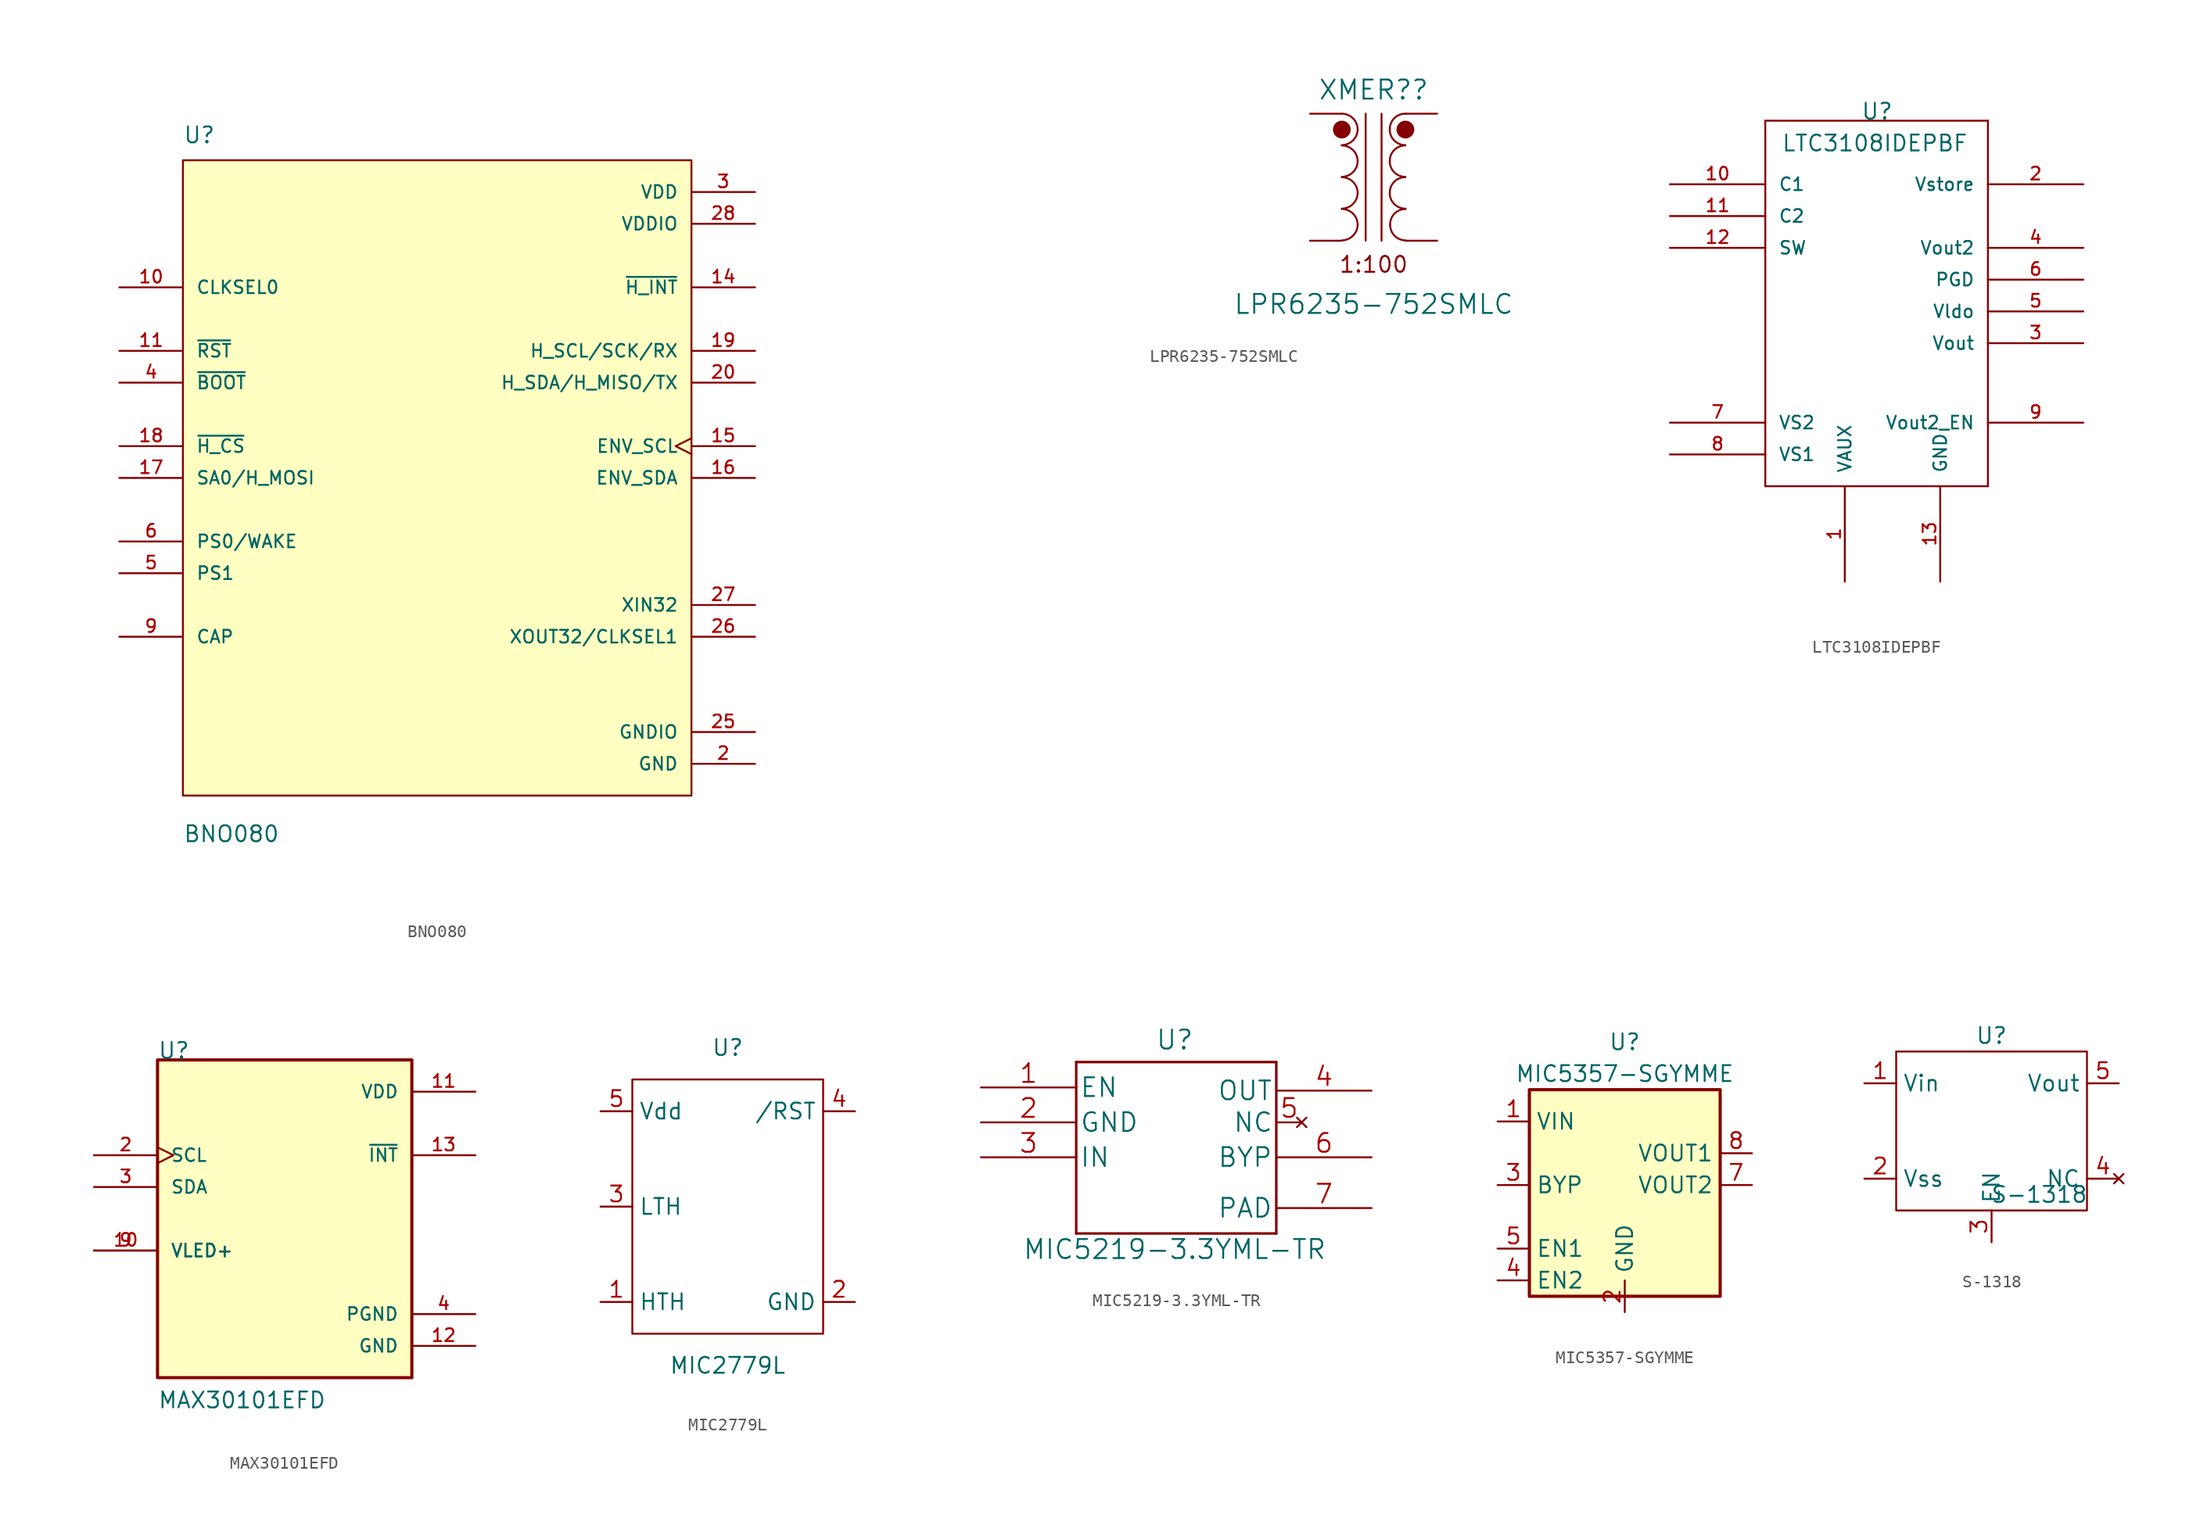
<source format=kicad_sym>
(kicad_symbol_lib
  (version 20211014)
  (generator kicad_symbol_editor)
  (symbol "BNO080"
    (pin_names
      (offset 1.016))
    (property "Reference" "U"
      (at -20.32 26.67 0)
      (effects (font (size 1.27 1.27)) (justify left bottom)))
    (property "Value" "BNO080"
      (at -20.32 -29.21 0)
      (effects (font (size 1.27 1.27)) (justify left bottom)))
    (symbol "BNO080_0_0"
      (rectangle (start -20.32 -25.4) (end 20.32 25.4) (stroke (width 0.152) (type default) (color 0 0 0 0)) (fill (type background)))
      (pin input line (at -25.4 15.24 0) (length 5.08) (name "CLKSEL0" (effects (font (size 1.016 1.016)))) (number "10" (effects (font (size 1.016 1.016)))))
      (pin input line (at -25.4 10.16 0) (length 5.08) (name "~{RST}" (effects (font (size 1.016 1.016)))) (number "11" (effects (font (size 1.016 1.016)))))
      (pin output line (at 25.4 15.24 180) (length 5.08) (name "~{H_INT}" (effects (font (size 1.016 1.016)))) (number "14" (effects (font (size 1.016 1.016)))))
      (pin bidirectional clock (at 25.4 2.54 180) (length 5.08) (name "ENV_SCL" (effects (font (size 1.016 1.016)))) (number "15" (effects (font (size 1.016 1.016)))))
      (pin bidirectional line (at 25.4 0 180) (length 5.08) (name "ENV_SDA" (effects (font (size 1.016 1.016)))) (number "16" (effects (font (size 1.016 1.016)))))
      (pin input line (at -25.4 0 0) (length 5.08) (name "SA0/H_MOSI" (effects (font (size 1.016 1.016)))) (number "17" (effects (font (size 1.016 1.016)))))
      (pin input line (at -25.4 2.54 0) (length 5.08) (name "~{H_CS}" (effects (font (size 1.016 1.016)))) (number "18" (effects (font (size 1.016 1.016)))))
      (pin bidirectional line (at 25.4 10.16 180) (length 5.08) (name "H_SCL/SCK/RX" (effects (font (size 1.016 1.016)))) (number "19" (effects (font (size 1.016 1.016)))))
      (pin power_in line (at 25.4 -22.86 180) (length 5.08) (name "GND" (effects (font (size 1.016 1.016)))) (number "2" (effects (font (size 1.016 1.016)))))
      (pin bidirectional line (at 25.4 7.62 180) (length 5.08) (name "H_SDA/H_MISO/TX" (effects (font (size 1.016 1.016)))) (number "20" (effects (font (size 1.016 1.016)))))
      (pin power_in line (at 25.4 -20.32 180) (length 5.08) (name "GNDIO" (effects (font (size 1.016 1.016)))) (number "25" (effects (font (size 1.016 1.016)))))
      (pin output line (at 25.4 -12.7 180) (length 5.08) (name "XOUT32/CLKSEL1" (effects (font (size 1.016 1.016)))) (number "26" (effects (font (size 1.016 1.016)))))
      (pin input line (at 25.4 -10.16 180) (length 5.08) (name "XIN32" (effects (font (size 1.016 1.016)))) (number "27" (effects (font (size 1.016 1.016)))))
      (pin power_in line (at 25.4 20.32 180) (length 5.08) (name "VDDIO" (effects (font (size 1.016 1.016)))) (number "28" (effects (font (size 1.016 1.016)))))
      (pin power_in line (at 25.4 22.86 180) (length 5.08) (name "VDD" (effects (font (size 1.016 1.016)))) (number "3" (effects (font (size 1.016 1.016)))))
      (pin input line (at -25.4 7.62 0) (length 5.08) (name "~{BOOT}" (effects (font (size 1.016 1.016)))) (number "4" (effects (font (size 1.016 1.016)))))
      (pin input line (at -25.4 -7.62 0) (length 5.08) (name "PS1" (effects (font (size 1.016 1.016)))) (number "5" (effects (font (size 1.016 1.016)))))
      (pin input line (at -25.4 -5.08 0) (length 5.08) (name "PS0/WAKE" (effects (font (size 1.016 1.016)))) (number "6" (effects (font (size 1.016 1.016)))))
      (pin passive line (at -25.4 -12.7 0) (length 5.08) (name "CAP" (effects (font (size 1.016 1.016)))) (number "9" (effects (font (size 1.016 1.016)))))))
  (symbol "LPR6235-752SMLC"
    (pin_numbers hide)
    (pin_names
      (offset 0) hide)
    (property "Reference" "XMER?"
      (at 0 6.985 0)
      (effects (font (size 1.524 1.524))))
    (property "Value" "LPR6235-752SMLC"
      (at 0 -10.16 0)
      (effects (font (size 1.524 1.524))))
    (property "Datasheet" ""
      (at -34.925 1.27 90)
      (effects (font (size 1.524 1.524))))
    (property "ki_locked" ""
      (at 0 0 0)
      (effects (font (size 1.27 1.27))))
    (symbol "LPR6235-752SMLC_0_0"
      (text "1:100" (at 0 -6.985 0) (effects (font (size 1.27 1.27)))))
    (symbol "LPR6235-752SMLC_0_1"
      (arc (start -2.54 -5.0546) (mid -1.6599 -4.6901) (end -1.27 -3.81) (stroke (width 0) (type default) (color 0 0 0 0)) (fill (type none)))
      (arc (start -2.54 -2.5146) (mid -1.6599 -2.1501) (end -1.27 -1.27) (stroke (width 0) (type default) (color 0 0 0 0)) (fill (type none)))
      (arc (start -2.54 0.0254) (mid -1.6599 0.3899) (end -1.27 1.27) (stroke (width 0) (type default) (color 0 0 0 0)) (fill (type none)))
      (arc (start -2.54 2.5654) (mid -1.6599 2.9299) (end -1.27 3.81) (stroke (width 0) (type default) (color 0 0 0 0)) (fill (type none)))
      (arc (start -1.27 -3.81) (mid -1.642 -2.912) (end -2.54 -2.54) (stroke (width 0) (type default) (color 0 0 0 0)) (fill (type none)))
      (arc (start -1.27 -1.27) (mid -1.642 -0.372) (end -2.54 0) (stroke (width 0) (type default) (color 0 0 0 0)) (fill (type none)))
      (arc (start -1.27 1.27) (mid -1.642 2.168) (end -2.54 2.54) (stroke (width 0) (type default) (color 0 0 0 0)) (fill (type none)))
      (arc (start -1.27 3.81) (mid -1.642 4.708) (end -2.54 5.08) (stroke (width 0) (type default) (color 0 0 0 0)) (fill (type none)))
      (polyline (pts (xy -0.635 5.08) (xy -0.635 -5.08)) (stroke (width 0) (type default) (color 0 0 0 0)) (fill (type none)))
      (polyline (pts (xy 0.635 -5.08) (xy 0.635 5.08)) (stroke (width 0) (type default) (color 0 0 0 0)) (fill (type none)))
      (arc (start 1.2954 -1.27) (mid 1.6599 -2.1501) (end 2.54 -2.5146) (stroke (width 0) (type default) (color 0 0 0 0)) (fill (type none)))
      (arc (start 1.2954 1.27) (mid 1.6599 0.3899) (end 2.54 0.0254) (stroke (width 0) (type default) (color 0 0 0 0)) (fill (type none)))
      (arc (start 1.2954 3.81) (mid 1.6599 2.9299) (end 2.54 2.5654) (stroke (width 0) (type default) (color 0 0 0 0)) (fill (type none)))
      (arc (start 1.3208 -3.81) (mid 1.6853 -4.6901) (end 2.5654 -5.0546) (stroke (width 0) (type default) (color 0 0 0 0)) (fill (type none)))
      (arc (start 2.54 0) (mid 1.642 -0.372) (end 1.2954 -1.27) (stroke (width 0) (type default) (color 0 0 0 0)) (fill (type none)))
      (arc (start 2.54 2.54) (mid 1.642 2.168) (end 1.2954 1.27) (stroke (width 0) (type default) (color 0 0 0 0)) (fill (type none)))
      (arc (start 2.54 5.08) (mid 1.642 4.708) (end 1.2954 3.81) (stroke (width 0) (type default) (color 0 0 0 0)) (fill (type none)))
      (arc (start 2.5654 -2.54) (mid 1.6674 -2.912) (end 1.3208 -3.81) (stroke (width 0) (type default) (color 0 0 0 0)) (fill (type none))))
    (symbol "LPR6235-752SMLC_1_1"
      (circle (center -2.54 3.81) (radius 0.635) (stroke (width 0) (type default) (color 0 0 0 0)) (fill (type outline)))
      (circle (center 2.54 3.81) (radius 0.635) (stroke (width 0) (type default) (color 0 0 0 0)) (fill (type outline)))
      (pin passive line (at -5.08 5.08 0) (length 2.54) (name "1" (effects (font (size 1.27 1.27)))) (number "1" (effects (font (size 1.27 1.27)))))
      (pin passive line (at -5.08 -5.08 0) (length 2.54) (name "2" (effects (font (size 1.27 1.27)))) (number "2" (effects (font (size 1.27 1.27)))))
      (pin passive line (at 5.08 -5.08 180) (length 2.54) (name "3" (effects (font (size 1.27 1.27)))) (number "3" (effects (font (size 1.27 1.27)))))
      (pin passive line (at 5.08 5.08 180) (length 2.54) (name "4" (effects (font (size 1.27 1.27)))) (number "4" (effects (font (size 1.27 1.27)))))))
  (symbol "LTC3108IDEPBF"
    (pin_names
      (offset 1.016))
    (property "Reference" "U"
      (at -1.27 12.7 0)
      (effects (font (size 1.27 1.27)) (justify left bottom)))
    (property "Value" "LTC3108IDEPBF"
      (at -7.62 10.16 0)
      (effects (font (size 1.27 1.27)) (justify left bottom)))
    (property "ki_locked" ""
      (at 0 0 0)
      (effects (font (size 1.27 1.27))))
    (symbol "LTC3108IDEPBF_0_0"
      (polyline (pts (xy -8.89 -16.51) (xy 8.89 -16.51)) (stroke (width 0.152) (type default) (color 0 0 0 0)) (fill (type none)))
      (polyline (pts (xy -8.89 12.7) (xy -8.89 -16.51)) (stroke (width 0.152) (type default) (color 0 0 0 0)) (fill (type none)))
      (polyline (pts (xy 8.89 -16.51) (xy 8.89 12.7)) (stroke (width 0.152) (type default) (color 0 0 0 0)) (fill (type none)))
      (polyline (pts (xy 8.89 12.7) (xy -8.89 12.7)) (stroke (width 0.152) (type default) (color 0 0 0 0)) (fill (type none)))
      (pin output line (at -2.54 -24.13 90) (length 7.62) (name "VAUX" (effects (font (size 1.016 1.016)))) (number "1" (effects (font (size 1.016 1.016)))))
      (pin output line (at -16.51 7.62 0) (length 7.62) (name "C1" (effects (font (size 1.016 1.016)))) (number "10" (effects (font (size 1.016 1.016)))))
      (pin output line (at -16.51 5.08 0) (length 7.62) (name "C2" (effects (font (size 1.016 1.016)))) (number "11" (effects (font (size 1.016 1.016)))))
      (pin output line (at -16.51 2.54 0) (length 7.62) (name "SW" (effects (font (size 1.016 1.016)))) (number "12" (effects (font (size 1.016 1.016)))))
      (pin output line (at 5.08 -24.13 90) (length 7.62) (name "GND" (effects (font (size 1.016 1.016)))) (number "13" (effects (font (size 1.016 1.016)))))
      (pin passive line (at 16.51 7.62 180) (length 7.62) (name "Vstore" (effects (font (size 1.016 1.016)))) (number "2" (effects (font (size 1.016 1.016)))))
      (pin output line (at 16.51 -5.08 180) (length 7.62) (name "Vout" (effects (font (size 1.016 1.016)))) (number "3" (effects (font (size 1.016 1.016)))))
      (pin passive line (at 16.51 2.54 180) (length 7.62) (name "Vout2" (effects (font (size 1.016 1.016)))) (number "4" (effects (font (size 1.016 1.016)))))
      (pin input line (at 16.51 -2.54 180) (length 7.62) (name "Vldo" (effects (font (size 1.016 1.016)))) (number "5" (effects (font (size 1.016 1.016)))))
      (pin input line (at 16.51 0 180) (length 7.62) (name "PGD" (effects (font (size 1.016 1.016)))) (number "6" (effects (font (size 1.016 1.016)))))
      (pin output line (at -16.51 -11.43 0) (length 7.62) (name "VS2" (effects (font (size 1.016 1.016)))) (number "7" (effects (font (size 1.016 1.016)))))
      (pin output line (at -16.51 -13.97 0) (length 7.62) (name "VS1" (effects (font (size 1.016 1.016)))) (number "8" (effects (font (size 1.016 1.016)))))
      (pin output line (at 16.51 -11.43 180) (length 7.62) (name "Vout2_EN" (effects (font (size 1.016 1.016)))) (number "9" (effects (font (size 1.016 1.016)))))))
  (symbol "MAX30101EFD"
    (pin_names
      (offset 1.016))
    (property "Reference" "U"
      (at -10.16 12.7 0)
      (effects (font (size 1.27 1.27)) (justify left bottom)))
    (property "Value" "MAX30101EFD"
      (at -10.16 -15.24 0)
      (effects (font (size 1.27 1.27)) (justify left bottom)))
    (property "ki_locked" ""
      (at 0 0 0)
      (effects (font (size 1.27 1.27))))
    (symbol "MAX30101EFD_0_0"
      (rectangle (start -10.16 -12.7) (end 10.16 12.7) (stroke (width 0.254) (type default) (color 0 0 0 0)) (fill (type background)))
      (pin passive line (at -15.24 -2.54 0) (length 5.08) (name "VLED+" (effects (font (size 1.016 1.016)))) (number "10" (effects (font (size 1.016 1.016)))))
      (pin power_in line (at 15.24 10.16 180) (length 5.08) (name "VDD" (effects (font (size 1.016 1.016)))) (number "11" (effects (font (size 1.016 1.016)))))
      (pin power_in line (at 15.24 -10.16 180) (length 5.08) (name "GND" (effects (font (size 1.016 1.016)))) (number "12" (effects (font (size 1.016 1.016)))))
      (pin output line (at 15.24 5.08 180) (length 5.08) (name "~{INT}" (effects (font (size 1.016 1.016)))) (number "13" (effects (font (size 1.016 1.016)))))
      (pin input clock (at -15.24 5.08 0) (length 5.08) (name "SCL" (effects (font (size 1.016 1.016)))) (number "2" (effects (font (size 1.016 1.016)))))
      (pin bidirectional line (at -15.24 2.54 0) (length 5.08) (name "SDA" (effects (font (size 1.016 1.016)))) (number "3" (effects (font (size 1.016 1.016)))))
      (pin power_in line (at 15.24 -7.62 180) (length 5.08) (name "PGND" (effects (font (size 1.016 1.016)))) (number "4" (effects (font (size 1.016 1.016)))))
      (pin passive line (at -15.24 -2.54 0) (length 5.08) (name "VLED+" (effects (font (size 1.016 1.016)))) (number "9" (effects (font (size 1.016 1.016)))))))
  (symbol "MIC2779L"
    (property "Reference" "U"
      (at 0 12.7 0)
      (effects (font (size 1.27 1.27))))
    (property "Value" "MIC2779L"
      (at 0 -12.7 0)
      (effects (font (size 1.27 1.27))))
    (symbol "MIC2779L_0_1"
      (rectangle (start -7.62 10.16) (end 7.62 -10.16) (stroke (width 0) (type default) (color 0 0 0 0)) (fill (type none))))
    (symbol "MIC2779L_1_1"
      (pin input line (at -10.16 -7.62 0) (length 2.54) (name "HTH" (effects (font (size 1.27 1.27)))) (number "1" (effects (font (size 1.27 1.27)))))
      (pin power_in line (at 10.16 -7.62 180) (length 2.54) (name "GND" (effects (font (size 1.27 1.27)))) (number "2" (effects (font (size 1.27 1.27)))))
      (pin input line (at -10.16 0 0) (length 2.54) (name "LTH" (effects (font (size 1.27 1.27)))) (number "3" (effects (font (size 1.27 1.27)))))
      (pin output line (at 10.16 7.62 180) (length 2.54) (name "/RST" (effects (font (size 1.27 1.27)))) (number "4" (effects (font (size 1.27 1.27)))))
      (pin power_in line (at -10.16 7.62 0) (length 2.54) (name "Vdd" (effects (font (size 1.27 1.27)))) (number "5" (effects (font (size 1.27 1.27)))))))
  (symbol "MIC5219-3.3YML-TR"
    (pin_names
      (offset 0.254))
    (property "Reference" "U"
      (at 0 9.398 0)
      (effects (font (size 1.524 1.524))))
    (property "Value" "MIC5219-3.3YML-TR"
      (at 0 -7.366 0)
      (effects (font (size 1.524 1.524))))
    (property "Datasheet" ""
      (at -15.494 2.54 0)
      (effects (font (size 1.524 1.524))))
    (symbol "MIC5219-3.3YML-TR_1_1"
      (polyline (pts (xy -7.874 -6.096) (xy 8.128 -6.096)) (stroke (width 0.203) (type default) (color 0 0 0 0)) (fill (type none)))
      (polyline (pts (xy -7.874 7.62) (xy -7.874 -6.096)) (stroke (width 0.203) (type default) (color 0 0 0 0)) (fill (type none)))
      (polyline (pts (xy 8.128 -6.096) (xy 8.128 7.62)) (stroke (width 0.203) (type default) (color 0 0 0 0)) (fill (type none)))
      (polyline (pts (xy 8.128 7.62) (xy -7.874 7.62)) (stroke (width 0.203) (type default) (color 0 0 0 0)) (fill (type none)))
      (pin input line (at -15.494 5.588 0) (length 7.62) (name "EN" (effects (font (size 1.499 1.499)))) (number "1" (effects (font (size 1.499 1.499)))))
      (pin power_in line (at -15.494 2.794 0) (length 7.62) (name "GND" (effects (font (size 1.499 1.499)))) (number "2" (effects (font (size 1.499 1.499)))))
      (pin input line (at -15.494 0 0) (length 7.62) (name "IN" (effects (font (size 1.499 1.499)))) (number "3" (effects (font (size 1.499 1.499)))))
      (pin power_out line (at 15.748 5.334 180) (length 7.62) (name "OUT" (effects (font (size 1.499 1.499)))) (number "4" (effects (font (size 1.499 1.499)))))
      (pin no_connect line (at 10.16 2.794 180) (length 2) (name "NC" (effects (font (size 1.499 1.499)))) (number "5" (effects (font (size 1.499 1.499)))))
      (pin output line (at 15.748 0 180) (length 7.62) (name "BYP" (effects (font (size 1.499 1.499)))) (number "6" (effects (font (size 1.499 1.499)))))
      (pin passive line (at 15.748 -4.064 180) (length 7.62) (name "PAD" (effects (font (size 1.499 1.499)))) (number "7" (effects (font (size 1.499 1.499)))))))
  (symbol "MIC5357-SGYMME"
    (property "Reference" "U"
      (at 0 8.89 0)
      (effects (font (size 1.27 1.27))))
    (property "Value" "MIC5357-SGYMME"
      (at 0 6.35 0)
      (effects (font (size 1.27 1.27))))
    (symbol "MIC5357-SGYMME_0_1"
      (rectangle (start -7.62 5.08) (end 7.62 -11.43) (stroke (width 0.254) (type default) (color 0 0 0 0)) (fill (type background))))
    (symbol "MIC5357-SGYMME_1_1"
      (pin power_in line (at -10.16 2.54 0) (length 2.54) (name "VIN" (effects (font (size 1.27 1.27)))) (number "1" (effects (font (size 1.27 1.27)))))
      (pin power_in line (at 0 -12.7 90) (length 2.54) (name "GND" (effects (font (size 1.27 1.27)))) (number "2" (effects (font (size 1.27 1.27)))))
      (pin input line (at -10.16 -2.54 0) (length 2.54) (name "BYP" (effects (font (size 1.27 1.27)))) (number "3" (effects (font (size 1.27 1.27)))))
      (pin input line (at -10.16 -10.16 0) (length 2.54) (name "EN2" (effects (font (size 1.27 1.27)))) (number "4" (effects (font (size 1.27 1.27)))))
      (pin input line (at -10.16 -7.62 0) (length 2.54) (name "EN1" (effects (font (size 1.27 1.27)))) (number "5" (effects (font (size 1.27 1.27)))))
      (pin no_connect line (at 7.62 2.54 180) (length 2.54) hide (name "NC" (effects (font (size 1.27 1.27)))) (number "6" (effects (font (size 1.27 1.27)))))
      (pin power_out line (at 10.16 -2.54 180) (length 2.54) (name "VOUT2" (effects (font (size 1.27 1.27)))) (number "7" (effects (font (size 1.27 1.27)))))
      (pin power_out line (at 10.16 0 180) (length 2.54) (name "VOUT1" (effects (font (size 1.27 1.27)))) (number "8" (effects (font (size 1.27 1.27)))))
      (pin passive line (at 0 -12.7 90) (length 2.54) hide (name "GND" (effects (font (size 1.27 1.27)))) (number "9" (effects (font (size 1.27 1.27)))))))
  (symbol "S-1318"
    (property "Reference" "U"
      (at 0 7.62 0)
      (effects (font (size 1.27 1.27))))
    (property "Value" "S-1318"
      (at 3.81 -5.08 0)
      (effects (font (size 1.27 1.27))))
    (symbol "S-1318_0_1"
      (rectangle (start -7.62 6.35) (end 7.62 -6.35) (stroke (width 0) (type default) (color 0 0 0 0)) (fill (type none))))
    (symbol "S-1318_1_1"
      (pin power_in line (at -10.16 3.81 0) (length 2.54) (name "Vin" (effects (font (size 1.27 1.27)))) (number "1" (effects (font (size 1.27 1.27)))))
      (pin power_in line (at -10.16 -3.81 0) (length 2.54) (name "Vss" (effects (font (size 1.27 1.27)))) (number "2" (effects (font (size 1.27 1.27)))))
      (pin power_in line (at 0 -8.89 90) (length 2.54) (name "EN" (effects (font (size 1.27 1.27)))) (number "3" (effects (font (size 1.27 1.27)))))
      (pin no_connect line (at 10.16 -3.81 180) (length 2.54) (name "NC" (effects (font (size 1.27 1.27)))) (number "4" (effects (font (size 1.27 1.27)))))
      (pin power_out line (at 10.16 3.81 180) (length 2.54) (name "Vout" (effects (font (size 1.27 1.27)))) (number "5" (effects (font (size 1.27 1.27))))))))
</source>
